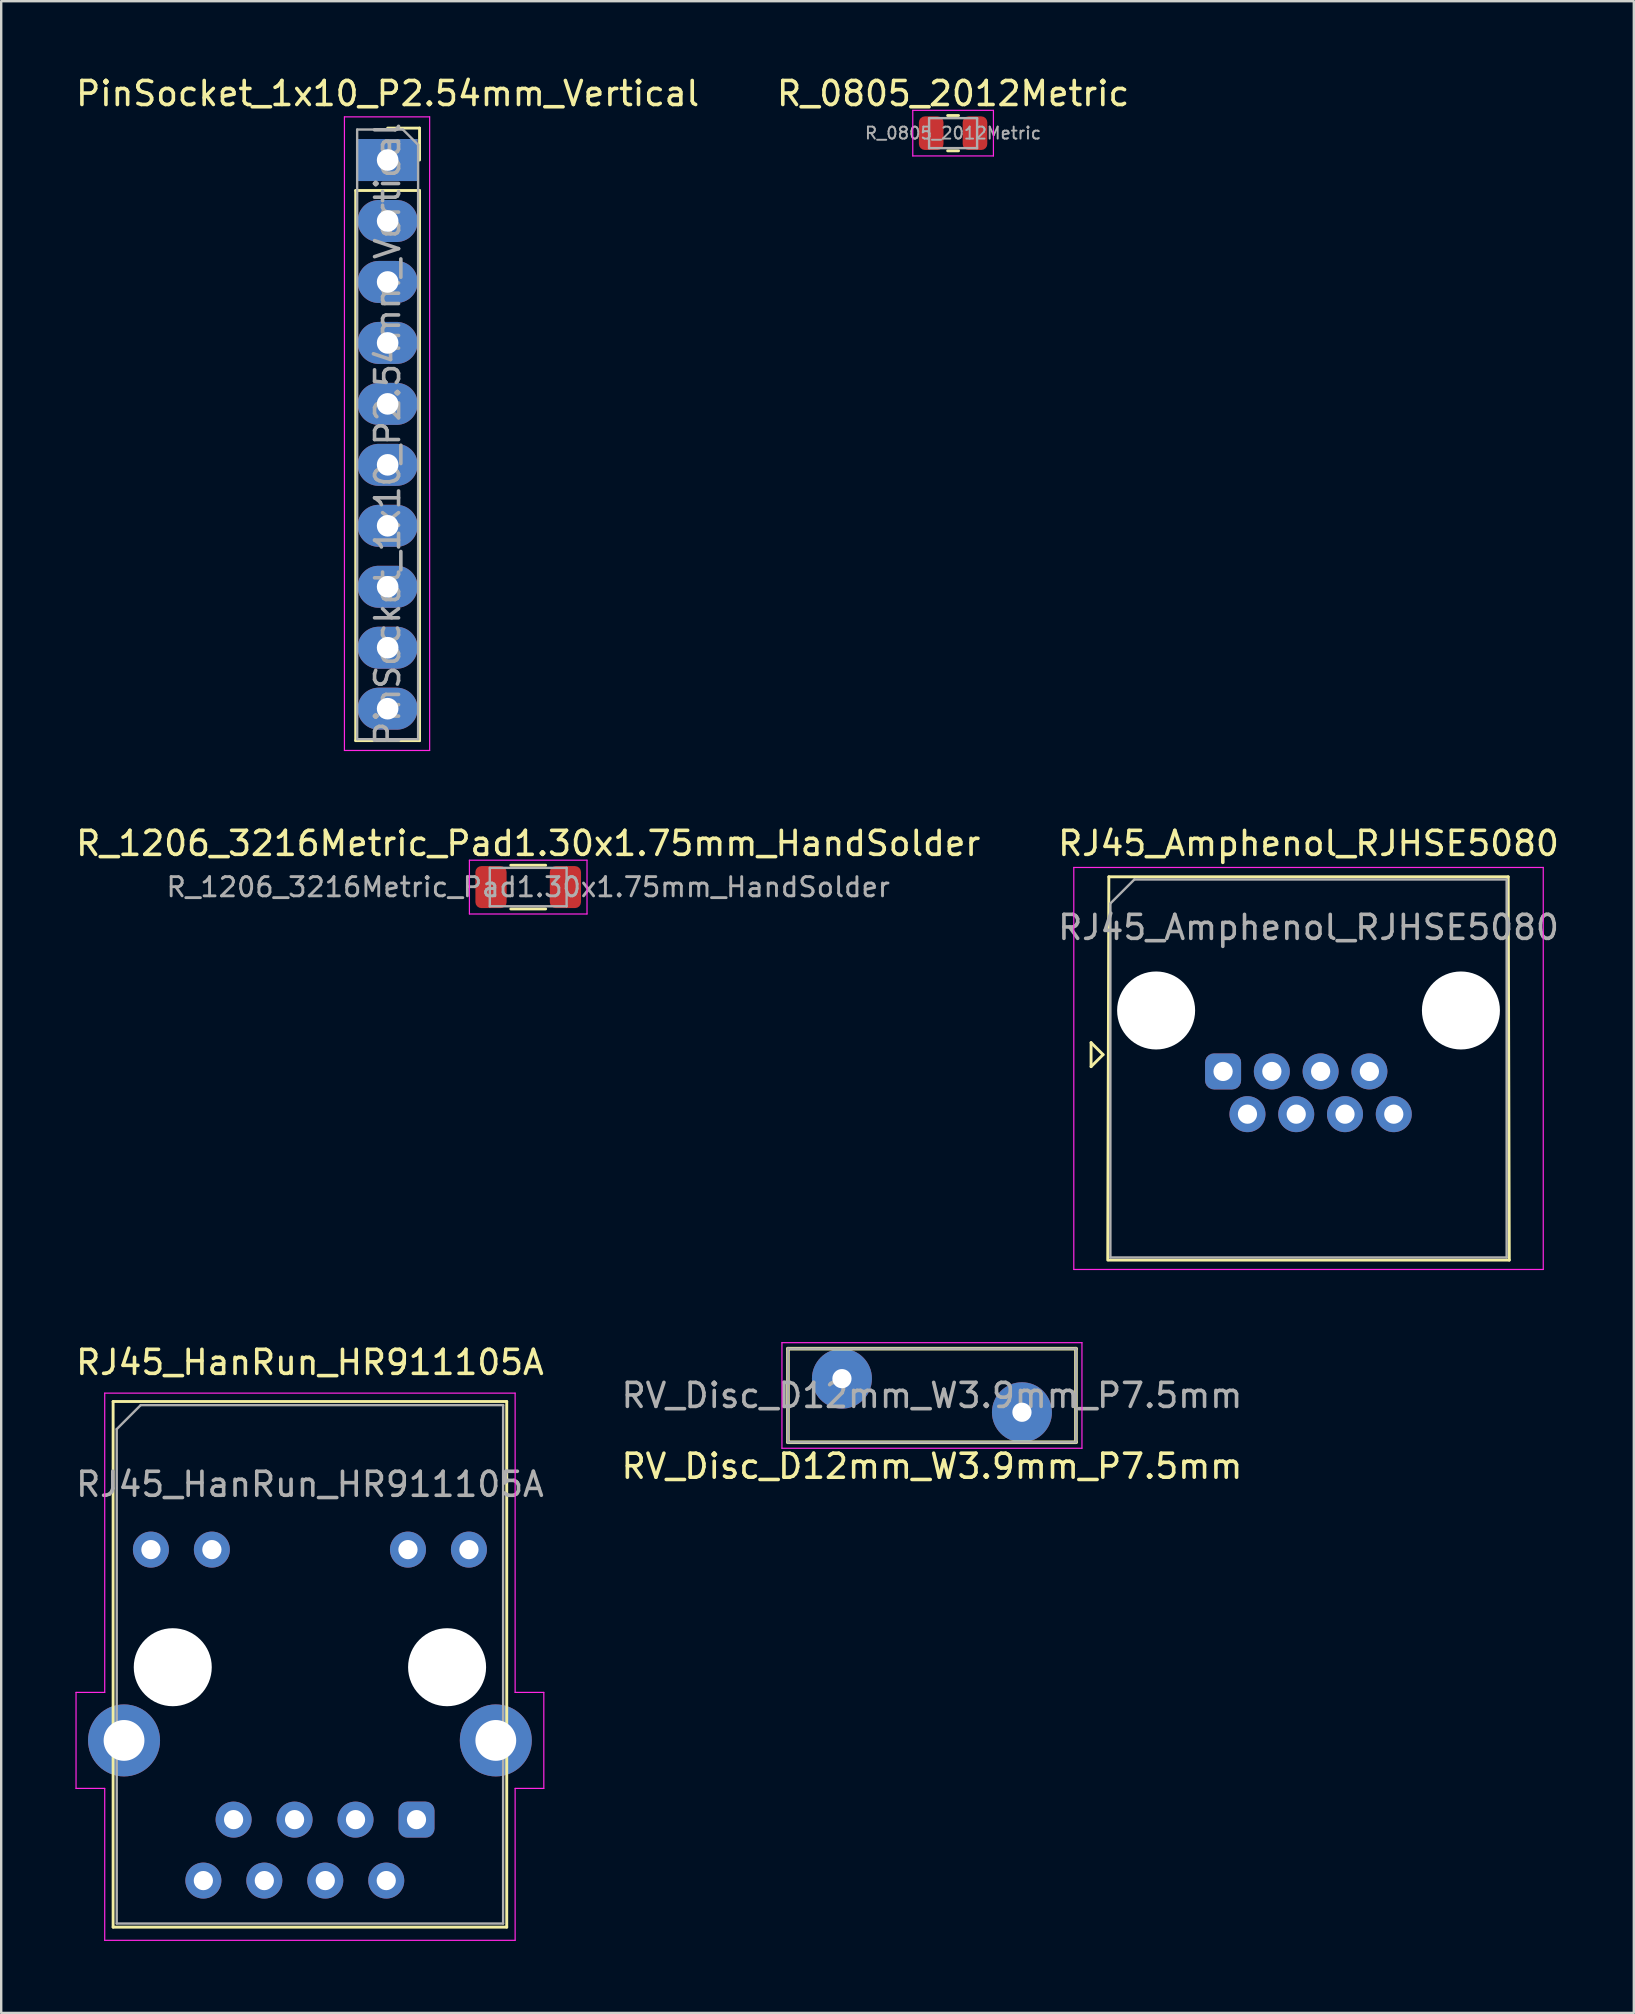
<source format=kicad_pcb>
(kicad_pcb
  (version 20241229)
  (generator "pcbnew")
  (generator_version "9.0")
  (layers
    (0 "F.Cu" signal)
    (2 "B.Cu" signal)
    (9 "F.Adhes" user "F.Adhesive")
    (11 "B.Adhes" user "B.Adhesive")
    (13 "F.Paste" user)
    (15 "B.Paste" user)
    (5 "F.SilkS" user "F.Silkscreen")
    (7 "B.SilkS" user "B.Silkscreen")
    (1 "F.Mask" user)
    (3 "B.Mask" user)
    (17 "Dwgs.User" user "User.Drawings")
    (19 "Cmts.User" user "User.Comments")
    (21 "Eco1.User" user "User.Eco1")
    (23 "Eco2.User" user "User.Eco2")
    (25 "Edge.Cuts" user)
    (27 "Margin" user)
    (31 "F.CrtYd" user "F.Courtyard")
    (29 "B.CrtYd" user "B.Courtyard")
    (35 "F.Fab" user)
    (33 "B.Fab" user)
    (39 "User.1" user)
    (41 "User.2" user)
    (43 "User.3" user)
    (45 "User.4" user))
  (footprint "R_1206_3216Metric_Pad1.30x1.75mm_HandSolder"
    (layer "F.Cu")
    (at 18.958 33.911)
    (property "Reference" "R_1206_3216Metric_Pad1.30x1.75mm_HandSolder" (at 0 -1.82 0) (layer "F.SilkS") (effects (font (size 1 1) (thickness 0.15))))
    (attr smd)
    (fp_line (start -0.727 -0.91) (end 0.727 -0.91) (stroke (width 0.12) (type solid)) (layer "F.SilkS"))
    (fp_line (start -0.727 0.91) (end 0.727 0.91) (stroke (width 0.12) (type solid)) (layer "F.SilkS"))
    (fp_line (start -2.45 -1.12) (end 2.45 -1.12) (stroke (width 0.05) (type solid)) (layer "F.CrtYd"))
    (fp_line (start -2.45 1.12) (end -2.45 -1.12) (stroke (width 0.05) (type solid)) (layer "F.CrtYd"))
    (fp_line (start 2.45 -1.12) (end 2.45 1.12) (stroke (width 0.05) (type solid)) (layer "F.CrtYd"))
    (fp_line (start 2.45 1.12) (end -2.45 1.12) (stroke (width 0.05) (type solid)) (layer "F.CrtYd"))
    (fp_line (start -1.6 -0.8) (end 1.6 -0.8) (stroke (width 0.1) (type solid)) (layer "F.Fab"))
    (fp_line (start -1.6 0.8) (end -1.6 -0.8) (stroke (width 0.1) (type solid)) (layer "F.Fab"))
    (fp_line (start 1.6 -0.8) (end 1.6 0.8) (stroke (width 0.1) (type solid)) (layer "F.Fab"))
    (fp_line (start 1.6 0.8) (end -1.6 0.8) (stroke (width 0.1) (type solid)) (layer "F.Fab"))
    (fp_text user "${REFERENCE}" (at 0 0 0) (layer "F.Fab") (effects (font (size 0.8 0.8) (thickness 0.12))))
    (pad "1" smd roundrect (at -1.55 0) (size 1.3 1.75) (layers "F.Cu" "F.Mask" "F.Paste") (roundrect_rratio 0.192))
    (pad "2" smd roundrect (at 1.55 0) (size 1.3 1.75) (layers "F.Cu" "F.Mask" "F.Paste") (roundrect_rratio 0.192)))
  (footprint "R_0805_2012Metric"
    (layer "F.Cu")
    (at 36.661 2.498)
    (property "Reference" "R_0805_2012Metric" (at 0 -1.65 0) (layer "F.SilkS") (effects (font (size 1 1) (thickness 0.15))))
    (attr smd)
    (fp_line (start -0.227 -0.735) (end 0.227 -0.735) (stroke (width 0.12) (type solid)) (layer "F.SilkS"))
    (fp_line (start -0.227 0.735) (end 0.227 0.735) (stroke (width 0.12) (type solid)) (layer "F.SilkS"))
    (fp_line (start -1.68 -0.95) (end 1.68 -0.95) (stroke (width 0.05) (type solid)) (layer "F.CrtYd"))
    (fp_line (start -1.68 0.95) (end -1.68 -0.95) (stroke (width 0.05) (type solid)) (layer "F.CrtYd"))
    (fp_line (start 1.68 -0.95) (end 1.68 0.95) (stroke (width 0.05) (type solid)) (layer "F.CrtYd"))
    (fp_line (start 1.68 0.95) (end -1.68 0.95) (stroke (width 0.05) (type solid)) (layer "F.CrtYd"))
    (fp_line (start -1 -0.625) (end 1 -0.625) (stroke (width 0.1) (type solid)) (layer "F.Fab"))
    (fp_line (start -1 0.625) (end -1 -0.625) (stroke (width 0.1) (type solid)) (layer "F.Fab"))
    (fp_line (start 1 -0.625) (end 1 0.625) (stroke (width 0.1) (type solid)) (layer "F.Fab"))
    (fp_line (start 1 0.625) (end -1 0.625) (stroke (width 0.1) (type solid)) (layer "F.Fab"))
    (fp_text user "${REFERENCE}" (at 0 0 0) (layer "F.Fab") (effects (font (size 0.5 0.5) (thickness 0.08))))
    (pad "1" smd roundrect (at -0.912 0) (size 1.025 1.4) (layers "F.Cu" "F.Mask" "F.Paste") (roundrect_rratio 0.244))
    (pad "2" smd roundrect (at 0.912 0) (size 1.025 1.4) (layers "F.Cu" "F.Mask" "F.Paste") (roundrect_rratio 0.244)))
  (footprint "RJ45_Amphenol_RJHSE5080"
    (layer "F.Cu")
    (at 47.91 41.592)
    (property "Reference" "RJ45_Amphenol_RJHSE5080" (at 3.56 -9.5 0) (layer "F.SilkS") (effects (font (size 1 1) (thickness 0.15))))
    (attr through_hole)
    (fp_line (start -5.5 -1.2) (end -5 -0.7) (stroke (width 0.12) (type solid)) (layer "F.SilkS"))
    (fp_line (start -5.5 -0.2) (end -5.5 -1.2) (stroke (width 0.12) (type solid)) (layer "F.SilkS"))
    (fp_line (start -5 -0.7) (end -5.5 -0.2) (stroke (width 0.12) (type solid)) (layer "F.SilkS"))
    (fp_line (start -4.805 7.86) (end -4.76 -8.11) (stroke (width 0.12) (type solid)) (layer "F.SilkS"))
    (fp_line (start -4.76 -8.11) (end 11.88 -8.11) (stroke (width 0.12) (type solid)) (layer "F.SilkS"))
    (fp_line (start -4.76 7.86) (end 11.925 7.86) (stroke (width 0.12) (type solid)) (layer "F.SilkS"))
    (fp_line (start 11.925 7.86) (end 11.88 -8.11) (stroke (width 0.12) (type solid)) (layer "F.SilkS"))
    (fp_line (start -6.22 -8.5) (end -6.22 8.25) (stroke (width 0.05) (type solid)) (layer "F.CrtYd"))
    (fp_line (start -6.22 -8.5) (end 13.34 -8.5) (stroke (width 0.05) (type solid)) (layer "F.CrtYd"))
    (fp_line (start -6.22 8.25) (end 13.34 8.25) (stroke (width 0.05) (type solid)) (layer "F.CrtYd"))
    (fp_line (start 13.34 -8.5) (end 13.34 8.25) (stroke (width 0.05) (type solid)) (layer "F.CrtYd"))
    (fp_line (start -4.695 -7) (end -4.695 7.75) (stroke (width 0.1) (type solid)) (layer "F.Fab"))
    (fp_line (start -4.695 -7) (end -3.695 -8) (stroke (width 0.1) (type solid)) (layer "F.Fab"))
    (fp_line (start -4.695 7.75) (end 11.815 7.75) (stroke (width 0.1) (type solid)) (layer "F.Fab"))
    (fp_line (start -3.695 -8) (end 11.815 -8) (stroke (width 0.1) (type solid)) (layer "F.Fab"))
    (fp_line (start 11.815 -8) (end 11.815 7.75) (stroke (width 0.1) (type solid)) (layer "F.Fab"))
    (fp_text user "${REFERENCE}" (at 3.56 -6 0) (layer "F.Fab") (effects (font (size 1 1) (thickness 0.15))))
    (pad "" np_thru_hole circle (at -2.79 -2.54) (size 3.25 3.25) (drill 3.25) (layers "*.Cu" "*.Mask"))
    (pad "" np_thru_hole circle (at 9.91 -2.54) (size 3.25 3.25) (drill 3.25) (layers "*.Cu" "*.Mask"))
    (pad "1" thru_hole roundrect (at 0 0) (size 1.5 1.5) (drill 0.8) (layers "*.Cu" "*.Mask") (roundrect_rratio 0.25))
    (pad "2" thru_hole circle (at 1.016 1.78) (size 1.5 1.5) (drill 0.8) (layers "*.Cu" "*.Mask"))
    (pad "3" thru_hole circle (at 2.032 0) (size 1.5 1.5) (drill 0.8) (layers "*.Cu" "*.Mask"))
    (pad "4" thru_hole circle (at 3.048 1.78) (size 1.5 1.5) (drill 0.8) (layers "*.Cu" "*.Mask"))
    (pad "5" thru_hole circle (at 4.064 0) (size 1.5 1.5) (drill 0.8) (layers "*.Cu" "*.Mask"))
    (pad "6" thru_hole circle (at 5.08 1.78) (size 1.5 1.5) (drill 0.8) (layers "*.Cu" "*.Mask"))
    (pad "7" thru_hole circle (at 6.096 0) (size 1.5 1.5) (drill 0.8) (layers "*.Cu" "*.Mask"))
    (pad "8" thru_hole circle (at 7.112 1.78) (size 1.5 1.5) (drill 0.8) (layers "*.Cu" "*.Mask")))
  (footprint "RJ45_HanRun_HR911105A"
    (layer "F.Cu")
    (at 9.863 66.415)
    (property "Reference" "RJ45_HanRun_HR911105A" (at 0 -12.7 0) (layer "F.SilkS") (effects (font (size 1 1) (thickness 0.15))))
    (attr through_hole)
    (fp_line (start -8.2 -11.07) (end 8.2 -11.07) (stroke (width 0.12) (type solid)) (layer "F.SilkS"))
    (fp_line (start -8.2 10.83) (end -8.2 -11.07) (stroke (width 0.12) (type solid)) (layer "F.SilkS"))
    (fp_line (start -8.2 10.83) (end 8.2 10.83) (stroke (width 0.12) (type solid)) (layer "F.SilkS"))
    (fp_line (start -5.5 -1.2) (end -5 -0.7) (stroke (width 0.12) (type solid)) (layer "F.SilkS"))
    (fp_line (start -5.5 -0.2) (end -5.5 -1.2) (stroke (width 0.12) (type solid)) (layer "F.SilkS"))
    (fp_line (start -5 -0.7) (end -5.5 -0.2) (stroke (width 0.12) (type solid)) (layer "F.SilkS"))
    (fp_line (start 8.2 10.83) (end 8.2 -11.07) (stroke (width 0.12) (type solid)) (layer "F.SilkS"))
    (fp_line (start -9.745 1.05) (end -9.745 5.05) (stroke (width 0.05) (type solid)) (layer "F.CrtYd"))
    (fp_line (start -9.745 1.05) (end -8.55 1.05) (stroke (width 0.05) (type solid)) (layer "F.CrtYd"))
    (fp_line (start -9.745 5.05) (end -8.55 5.05) (stroke (width 0.05) (type solid)) (layer "F.CrtYd"))
    (fp_line (start -8.55 -11.42) (end -8.55 1.05) (stroke (width 0.05) (type solid)) (layer "F.CrtYd"))
    (fp_line (start -8.55 -11.42) (end 8.55 -11.42) (stroke (width 0.05) (type solid)) (layer "F.CrtYd"))
    (fp_line (start -8.55 5.05) (end -8.55 11.38) (stroke (width 0.05) (type solid)) (layer "F.CrtYd"))
    (fp_line (start -8.55 11.38) (end 8.55 11.38) (stroke (width 0.05) (type solid)) (layer "F.CrtYd"))
    (fp_line (start 8.55 -11.42) (end 8.55 1.05) (stroke (width 0.05) (type solid)) (layer "F.CrtYd"))
    (fp_line (start 8.55 5.05) (end 8.55 11.38) (stroke (width 0.05) (type solid)) (layer "F.CrtYd"))
    (fp_line (start 9.745 1.05) (end 8.55 1.05) (stroke (width 0.05) (type solid)) (layer "F.CrtYd"))
    (fp_line (start 9.745 1.05) (end 9.745 5.05) (stroke (width 0.05) (type solid)) (layer "F.CrtYd"))
    (fp_line (start 9.745 5.05) (end 8.55 5.05) (stroke (width 0.05) (type solid)) (layer "F.CrtYd"))
    (fp_line (start -8.05 -9.92) (end -8.05 10.68) (stroke (width 0.1) (type solid)) (layer "F.Fab"))
    (fp_line (start -8.05 -9.92) (end -7.05 -10.92) (stroke (width 0.1) (type solid)) (layer "F.Fab"))
    (fp_line (start -8.05 10.68) (end 8.05 10.68) (stroke (width 0.1) (type solid)) (layer "F.Fab"))
    (fp_line (start -7.05 -10.92) (end 8.05 -10.92) (stroke (width 0.1) (type solid)) (layer "F.Fab"))
    (fp_line (start 8.05 -10.92) (end 8.05 10.68) (stroke (width 0.1) (type solid)) (layer "F.Fab"))
    (fp_text user "${REFERENCE}" (at 0 -7.62 0) (layer "F.Fab") (effects (font (size 1 1) (thickness 0.15))))
    (pad "" np_thru_hole circle (at -5.715 0) (size 3.25 3.25) (drill 3.25) (layers "*.Cu" "*.Mask"))
    (pad "" np_thru_hole circle (at 5.715 0) (size 3.25 3.25) (drill 3.25) (layers "*.Cu" "*.Mask"))
    (pad "1" thru_hole roundrect (at 4.44 6.35) (size 1.5 1.5) (drill 0.8) (layers "*.Cu" "*.Mask") (roundrect_rratio 0.25))
    (pad "2" thru_hole circle (at 3.18 8.89) (size 1.5 1.5) (drill 0.8) (layers "*.Cu" "*.Mask"))
    (pad "3" thru_hole circle (at 1.9 6.35) (size 1.5 1.5) (drill 0.8) (layers "*.Cu" "*.Mask"))
    (pad "4" thru_hole circle (at 0.64 8.89) (size 1.5 1.5) (drill 0.8) (layers "*.Cu" "*.Mask"))
    (pad "5" thru_hole circle (at -0.64 6.35) (size 1.5 1.5) (drill 0.8) (layers "*.Cu" "*.Mask"))
    (pad "6" thru_hole circle (at -1.9 8.89) (size 1.5 1.5) (drill 0.8) (layers "*.Cu" "*.Mask"))
    (pad "7" thru_hole circle (at -3.18 6.35) (size 1.5 1.5) (drill 0.8) (layers "*.Cu" "*.Mask"))
    (pad "8" thru_hole circle (at -4.44 8.89) (size 1.5 1.5) (drill 0.8) (layers "*.Cu" "*.Mask"))
    (pad "9" thru_hole circle (at 6.625 -4.9) (size 1.5 1.5) (drill 0.8) (layers "*.Cu" "*.Mask"))
    (pad "10" thru_hole circle (at 4.085 -4.9) (size 1.5 1.5) (drill 0.8) (layers "*.Cu" "*.Mask"))
    (pad "11" thru_hole circle (at -4.085 -4.9) (size 1.5 1.5) (drill 0.8) (layers "*.Cu" "*.Mask"))
    (pad "12" thru_hole circle (at -6.625 -4.9) (size 1.5 1.5) (drill 0.8) (layers "*.Cu" "*.Mask"))
    (pad "SH" thru_hole circle (at -7.745 3.05) (size 3 3) (drill 1.7) (layers "*.Cu" "*.Mask"))
    (pad "SH" thru_hole circle (at 7.745 3.05) (size 3 3) (drill 1.7) (layers "*.Cu" "*.Mask")))
  (footprint "RV_Disc_D12mm_W3.9mm_P7.5mm"
    (layer "F.Cu")
    (at 32.03 54.392)
    (property "Reference" "RV_Disc_D12mm_W3.9mm_P7.5mm" (at 3.75 3.65 0) (layer "F.SilkS") (effects (font (size 1 1) (thickness 0.15))))
    (attr through_hole)
    (fp_line (start -2.25 -1.25) (end -2.25 2.65) (stroke (width 0.15) (type solid)) (layer "F.SilkS"))
    (fp_line (start -2.25 -1.25) (end 9.75 -1.25) (stroke (width 0.15) (type solid)) (layer "F.SilkS"))
    (fp_line (start -2.25 2.65) (end 9.75 2.65) (stroke (width 0.15) (type solid)) (layer "F.SilkS"))
    (fp_line (start 9.75 -1.25) (end 9.75 2.65) (stroke (width 0.15) (type solid)) (layer "F.SilkS"))
    (fp_line (start -2.5 -1.5) (end -2.5 2.9) (stroke (width 0.05) (type solid)) (layer "F.CrtYd"))
    (fp_line (start -2.5 -1.5) (end 10 -1.5) (stroke (width 0.05) (type solid)) (layer "F.CrtYd"))
    (fp_line (start -2.5 2.9) (end 10 2.9) (stroke (width 0.05) (type solid)) (layer "F.CrtYd"))
    (fp_line (start 10 -1.5) (end 10 2.9) (stroke (width 0.05) (type solid)) (layer "F.CrtYd"))
    (fp_line (start -2.25 -1.25) (end -2.25 2.65) (stroke (width 0.1) (type solid)) (layer "F.Fab"))
    (fp_line (start -2.25 -1.25) (end 9.75 -1.25) (stroke (width 0.1) (type solid)) (layer "F.Fab"))
    (fp_line (start -2.25 2.65) (end 9.75 2.65) (stroke (width 0.1) (type solid)) (layer "F.Fab"))
    (fp_line (start 9.75 -1.25) (end 9.75 2.65) (stroke (width 0.1) (type solid)) (layer "F.Fab"))
    (fp_text user "${REFERENCE}" (at 3.75 0.7 0) (layer "F.Fab") (effects (font (size 1 1) (thickness 0.15))))
    (pad "1" thru_hole circle (at 0 0) (size 2.5 2.5) (drill 0.8) (layers "*.Cu" "*.Mask"))
    (pad "2" thru_hole circle (at 7.5 1.4) (size 2.5 2.5) (drill 0.8) (layers "*.Cu" "*.Mask")))
  (footprint "PinSocket_1x10_P2.54mm_Vertical"
    (layer "F.Cu")
    (at 13.101 3.618)
    (property "Reference" "PinSocket_1x10_P2.54mm_Vertical" (at 0 -2.77 0) (layer "F.SilkS") (effects (font (size 1 1) (thickness 0.15))))
    (attr through_hole)
    (fp_line (start -1.33 1.27) (end -1.33 24.19) (stroke (width 0.12) (type solid)) (layer "F.SilkS"))
    (fp_line (start -1.33 1.27) (end 1.33 1.27) (stroke (width 0.12) (type solid)) (layer "F.SilkS"))
    (fp_line (start -1.33 24.19) (end 1.33 24.19) (stroke (width 0.12) (type solid)) (layer "F.SilkS"))
    (fp_line (start 0 -1.33) (end 1.33 -1.33) (stroke (width 0.12) (type solid)) (layer "F.SilkS"))
    (fp_line (start 1.33 -1.33) (end 1.33 0) (stroke (width 0.12) (type solid)) (layer "F.SilkS"))
    (fp_line (start 1.33 1.27) (end 1.33 24.19) (stroke (width 0.12) (type solid)) (layer "F.SilkS"))
    (fp_line (start -1.8 -1.8) (end 1.75 -1.8) (stroke (width 0.05) (type solid)) (layer "F.CrtYd"))
    (fp_line (start -1.8 24.6) (end -1.8 -1.8) (stroke (width 0.05) (type solid)) (layer "F.CrtYd"))
    (fp_line (start 1.75 -1.8) (end 1.75 24.6) (stroke (width 0.05) (type solid)) (layer "F.CrtYd"))
    (fp_line (start 1.75 24.6) (end -1.8 24.6) (stroke (width 0.05) (type solid)) (layer "F.CrtYd"))
    (fp_line (start -1.27 -1.27) (end 0.635 -1.27) (stroke (width 0.1) (type solid)) (layer "F.Fab"))
    (fp_line (start -1.27 24.13) (end -1.27 -1.27) (stroke (width 0.1) (type solid)) (layer "F.Fab"))
    (fp_line (start 0.635 -1.27) (end 1.27 -0.635) (stroke (width 0.1) (type solid)) (layer "F.Fab"))
    (fp_line (start 1.27 -0.635) (end 1.27 24.13) (stroke (width 0.1) (type solid)) (layer "F.Fab"))
    (fp_line (start 1.27 24.13) (end -1.27 24.13) (stroke (width 0.1) (type solid)) (layer "F.Fab"))
    (fp_text user "${REFERENCE}" (at 0 11.43 90) (layer "F.Fab") (effects (font (size 1 1) (thickness 0.15))))
    (pad "1" thru_hole rect (at 0 0) (size 2.5 1.75) (drill 0.9) (layers "*.Cu" "*.Mask"))
    (pad "2" thru_hole oval (at 0 2.54) (size 2.5 1.75) (drill 0.9) (layers "*.Cu" "*.Mask"))
    (pad "3" thru_hole oval (at 0 5.08) (size 2.5 1.75) (drill 0.9) (layers "*.Cu" "*.Mask"))
    (pad "4" thru_hole oval (at 0 7.62) (size 2.5 1.75) (drill 0.9) (layers "*.Cu" "*.Mask"))
    (pad "5" thru_hole oval (at 0 10.16) (size 2.5 1.75) (drill 0.9) (layers "*.Cu" "*.Mask"))
    (pad "6" thru_hole oval (at 0 12.7) (size 2.5 1.75) (drill 0.9) (layers "*.Cu" "*.Mask"))
    (pad "7" thru_hole oval (at 0 15.24) (size 2.5 1.75) (drill 0.9) (layers "*.Cu" "*.Mask"))
    (pad "8" thru_hole oval (at 0 17.78) (size 2.5 1.75) (drill 0.9) (layers "*.Cu" "*.Mask"))
    (pad "9" thru_hole oval (at 0 20.32) (size 2.5 1.75) (drill 0.9) (layers "*.Cu" "*.Mask"))
    (pad "10" thru_hole oval (at 0 22.86) (size 2.5 1.75) (drill 0.9) (layers "*.Cu" "*.Mask")))
  (gr_rect
    (start -3 -3)
    (end 65.024 80.82)
    (stroke (width 0.1) (type default))
    (fill no)
    (layer "Edge.Cuts")))
</source>
